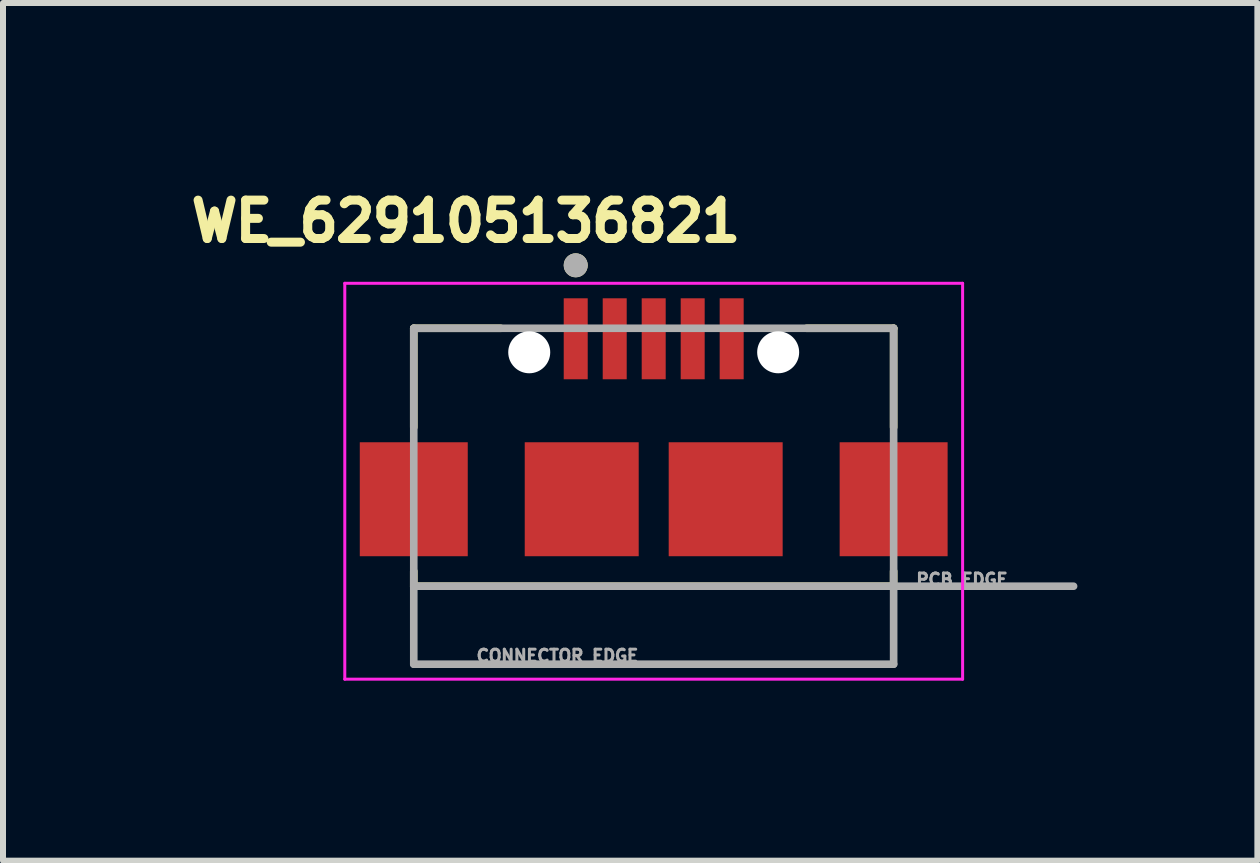
<source format=kicad_pcb>
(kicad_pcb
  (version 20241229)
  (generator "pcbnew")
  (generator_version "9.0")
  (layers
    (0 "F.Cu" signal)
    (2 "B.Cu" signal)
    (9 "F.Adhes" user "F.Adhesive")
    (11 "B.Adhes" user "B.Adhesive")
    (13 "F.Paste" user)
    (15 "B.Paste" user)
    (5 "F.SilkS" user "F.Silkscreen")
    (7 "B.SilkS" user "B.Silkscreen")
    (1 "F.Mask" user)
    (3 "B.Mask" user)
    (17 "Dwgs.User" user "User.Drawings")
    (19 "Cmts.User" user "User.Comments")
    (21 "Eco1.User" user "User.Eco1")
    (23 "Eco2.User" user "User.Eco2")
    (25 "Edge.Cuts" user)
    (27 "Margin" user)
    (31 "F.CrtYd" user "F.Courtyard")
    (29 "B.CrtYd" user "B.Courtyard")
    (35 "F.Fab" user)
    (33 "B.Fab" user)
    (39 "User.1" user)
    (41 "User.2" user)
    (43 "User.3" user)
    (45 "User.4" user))
  (footprint "WE_629105136821"
    (layer "F.Cu")
    (at 7.848 5.273)
    (property "Reference" "WE_629105136821" (at -3.131 -4.635 0) (layer "F.SilkS") (effects (font (size 0.64 0.64) (thickness 0.15))))
    (attr through_hole)
    (fp_line (start -4 -2.85) (end -4 -1.2) (stroke (width 0.127) (type solid)) (layer "F.SilkS"))
    (fp_line (start -4 -2.85) (end -2.55 -2.85) (stroke (width 0.127) (type solid)) (layer "F.SilkS"))
    (fp_line (start -4 1.2) (end -4 1.45) (stroke (width 0.127) (type solid)) (layer "F.SilkS"))
    (fp_line (start -4 1.45) (end 4 1.45) (stroke (width 0.127) (type solid)) (layer "F.SilkS"))
    (fp_line (start 4 -2.85) (end 2.55 -2.85) (stroke (width 0.127) (type solid)) (layer "F.SilkS"))
    (fp_line (start 4 -2.85) (end 4 -1.2) (stroke (width 0.127) (type solid)) (layer "F.SilkS"))
    (fp_line (start 4 1.2) (end 4 1.45) (stroke (width 0.127) (type solid)) (layer "F.SilkS"))
    (fp_circle (center -1.3 -3.9) (end -1.2 -3.9) (stroke (width 0.2) (type solid)) (fill no) (layer "F.SilkS"))
    (fp_line (start -5.15 -3.6) (end 5.15 -3.6) (stroke (width 0.05) (type solid)) (layer "F.CrtYd"))
    (fp_line (start -5.15 3) (end -5.15 -3.6) (stroke (width 0.05) (type solid)) (layer "F.CrtYd"))
    (fp_line (start 5.15 -3.6) (end 5.15 3) (stroke (width 0.05) (type solid)) (layer "F.CrtYd"))
    (fp_line (start 5.15 3) (end -5.15 3) (stroke (width 0.05) (type solid)) (layer "F.CrtYd"))
    (fp_line (start -4 -2.85) (end 4 -2.85) (stroke (width 0.127) (type solid)) (layer "F.Fab"))
    (fp_line (start -4 1.45) (end -4 -2.85) (stroke (width 0.127) (type solid)) (layer "F.Fab"))
    (fp_line (start -4 1.45) (end 7 1.45) (stroke (width 0.127) (type solid)) (layer "F.Fab"))
    (fp_line (start -4 2.75) (end -4 1.45) (stroke (width 0.127) (type solid)) (layer "F.Fab"))
    (fp_line (start 4 -2.85) (end 4 2.75) (stroke (width 0.127) (type solid)) (layer "F.Fab"))
    (fp_line (start 4 2.75) (end -4 2.75) (stroke (width 0.127) (type solid)) (layer "F.Fab"))
    (fp_circle (center -1.3 -3.9) (end -1.2 -3.9) (stroke (width 0.2) (type solid)) (fill no) (layer "F.Fab"))
    (fp_text user "CONNECTOR EDGE" (at -1.605 2.61 0) (layer "F.Fab") (effects (font (size 0.2 0.2) (thickness 0.15))))
    (fp_text user "PCB EDGE" (at 5.14 1.34 0) (layer "F.Fab") (effects (font (size 0.2 0.2) (thickness 0.15))))
    (pad "" np_thru_hole circle (at -2.075 -2.45) (size 0.7 0.7) (drill 0.7) (layers "*.Cu" "*.Mask"))
    (pad "" np_thru_hole circle (at 2.075 -2.45) (size 0.7 0.7) (drill 0.7) (layers "*.Cu" "*.Mask"))
    (pad "1" smd rect (at -1.3 -2.675) (size 0.4 1.35) (layers "F.Cu" "F.Mask" "F.Paste"))
    (pad "2" smd rect (at -0.65 -2.675) (size 0.4 1.35) (layers "F.Cu" "F.Mask" "F.Paste"))
    (pad "3" smd rect (at 0 -2.675) (size 0.4 1.35) (layers "F.Cu" "F.Mask" "F.Paste"))
    (pad "4" smd rect (at 0.65 -2.675) (size 0.4 1.35) (layers "F.Cu" "F.Mask" "F.Paste"))
    (pad "5" smd rect (at 1.3 -2.675) (size 0.4 1.35) (layers "F.Cu" "F.Mask" "F.Paste"))
    (pad "S1" smd rect (at -4 0) (size 1.8 1.9) (layers "F.Cu" "F.Mask" "F.Paste"))
    (pad "S2" smd rect (at -1.2 0) (size 1.9 1.9) (layers "F.Cu" "F.Mask" "F.Paste"))
    (pad "S3" smd rect (at 1.2 0) (size 1.9 1.9) (layers "F.Cu" "F.Mask" "F.Paste"))
    (pad "S4" smd rect (at 4 0) (size 1.8 1.9) (layers "F.Cu" "F.Mask" "F.Paste")))
  (gr_rect
    (start -3 -3)
    (end 17.912 11.298)
    (stroke (width 0.1) (type default))
    (fill no)
    (layer "Edge.Cuts")))
</source>
